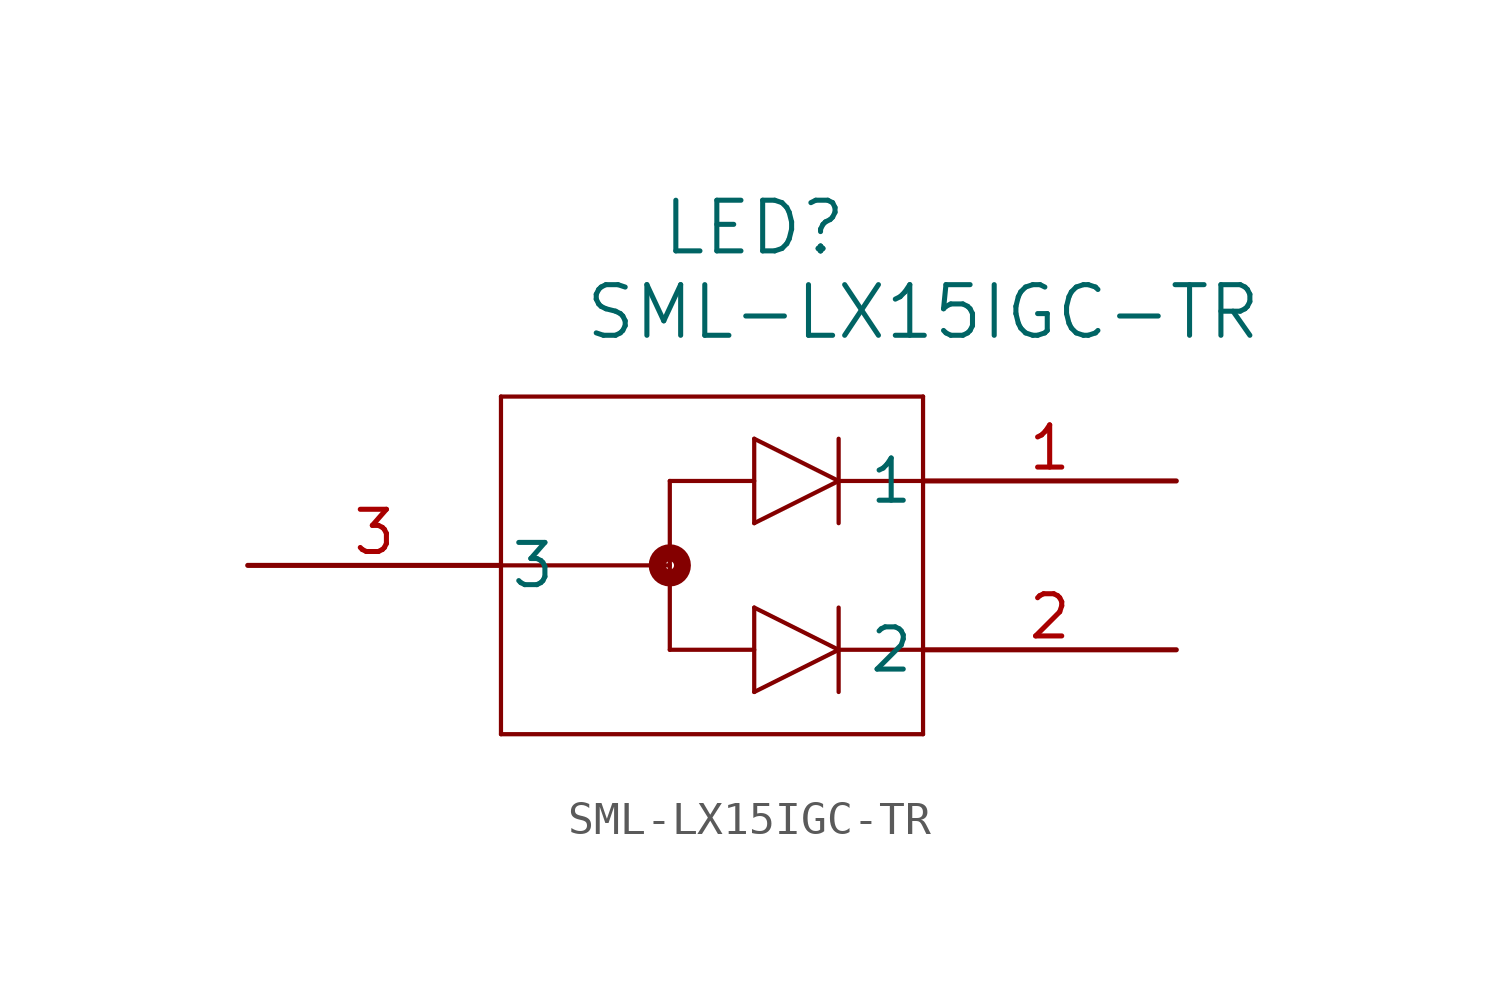
<source format=kicad_sym>
(kicad_symbol_lib
  (version 20211014)
  (generator kicad_symbol_editor)
  (symbol "SML-LX15IGC-TR"
    (pin_names
      (offset 0.254))
    (property "Reference" "LED"
      (at 15.24 10.16 0)
      (effects (font (size 1.524 1.524))))
    (property "Value" "SML-LX15IGC-TR"
      (at 20.32 7.62 0)
      (effects (font (size 1.524 1.524))))
    (symbol "SML-LX15IGC-TR_0_1"
      (polyline (pts (xy 7.62 5.08) (xy 7.62 -5.08)) (stroke (width 0.127) (type default) (color 0 0 0 0)) (fill (type none)))
      (polyline (pts (xy 7.62 -5.08) (xy 20.32 -5.08)) (stroke (width 0.127) (type default) (color 0 0 0 0)) (fill (type none)))
      (polyline (pts (xy 20.32 -5.08) (xy 20.32 5.08)) (stroke (width 0.127) (type default) (color 0 0 0 0)) (fill (type none)))
      (polyline (pts (xy 20.32 5.08) (xy 7.62 5.08)) (stroke (width 0.127) (type default) (color 0 0 0 0)) (fill (type none)))
      (polyline (pts (xy 20.32 2.54) (xy 17.78 2.54)) (stroke (width 0.127) (type default) (color 0 0 0 0)) (fill (type none)))
      (polyline (pts (xy 12.7 -2.54) (xy 12.7 2.54)) (stroke (width 0.127) (type default) (color 0 0 0 0)) (fill (type none)))
      (polyline (pts (xy 20.32 -2.54) (xy 17.78 -2.54)) (stroke (width 0.127) (type default) (color 0 0 0 0)) (fill (type none)))
      (polyline (pts (xy 7.62 0) (xy 12.7 0)) (stroke (width 0.127) (type default) (color 0 0 0 0)) (fill (type none)))
      (circle (center 12.7 0) (radius 0.127) (stroke (width 0.508) (type default) (color 0 0 0 0)) (fill (type none)))
      (polyline (pts (xy 15.24 3.81) (xy 15.24 1.27)) (stroke (width 0.127) (type default) (color 0 0 0 0)) (fill (type none)))
      (polyline (pts (xy 15.24 3.81) (xy 17.78 2.54)) (stroke (width 0.127) (type default) (color 0 0 0 0)) (fill (type none)))
      (polyline (pts (xy 17.78 2.54) (xy 15.24 1.27)) (stroke (width 0.127) (type default) (color 0 0 0 0)) (fill (type none)))
      (polyline (pts (xy 17.78 3.81) (xy 17.78 1.27)) (stroke (width 0.127) (type default) (color 0 0 0 0)) (fill (type none)))
      (polyline (pts (xy 12.7 2.54) (xy 15.24 2.54)) (stroke (width 0.127) (type default) (color 0 0 0 0)) (fill (type none)))
      (polyline (pts (xy 15.24 -1.27) (xy 15.24 -3.81)) (stroke (width 0.127) (type default) (color 0 0 0 0)) (fill (type none)))
      (polyline (pts (xy 15.24 -1.27) (xy 17.78 -2.54)) (stroke (width 0.127) (type default) (color 0 0 0 0)) (fill (type none)))
      (polyline (pts (xy 17.78 -2.54) (xy 15.24 -3.81)) (stroke (width 0.127) (type default) (color 0 0 0 0)) (fill (type none)))
      (polyline (pts (xy 17.78 -1.27) (xy 17.78 -3.81)) (stroke (width 0.127) (type default) (color 0 0 0 0)) (fill (type none)))
      (polyline (pts (xy 12.7 -2.54) (xy 15.24 -2.54)) (stroke (width 0.127) (type default) (color 0 0 0 0)) (fill (type none)))
      (pin unspecified line (at 27.94 2.54 180) (length 7.62) (name "1" (effects (font (size 1.27 1.27)))) (number "1" (effects (font (size 1.27 1.27)))))
      (pin unspecified line (at 27.94 -2.54 180) (length 7.62) (name "2" (effects (font (size 1.27 1.27)))) (number "2" (effects (font (size 1.27 1.27)))))
      (pin unspecified line (at 0 0 0) (length 7.62) (name "3" (effects (font (size 1.27 1.27)))) (number "3" (effects (font (size 1.27 1.27))))))))
</source>
